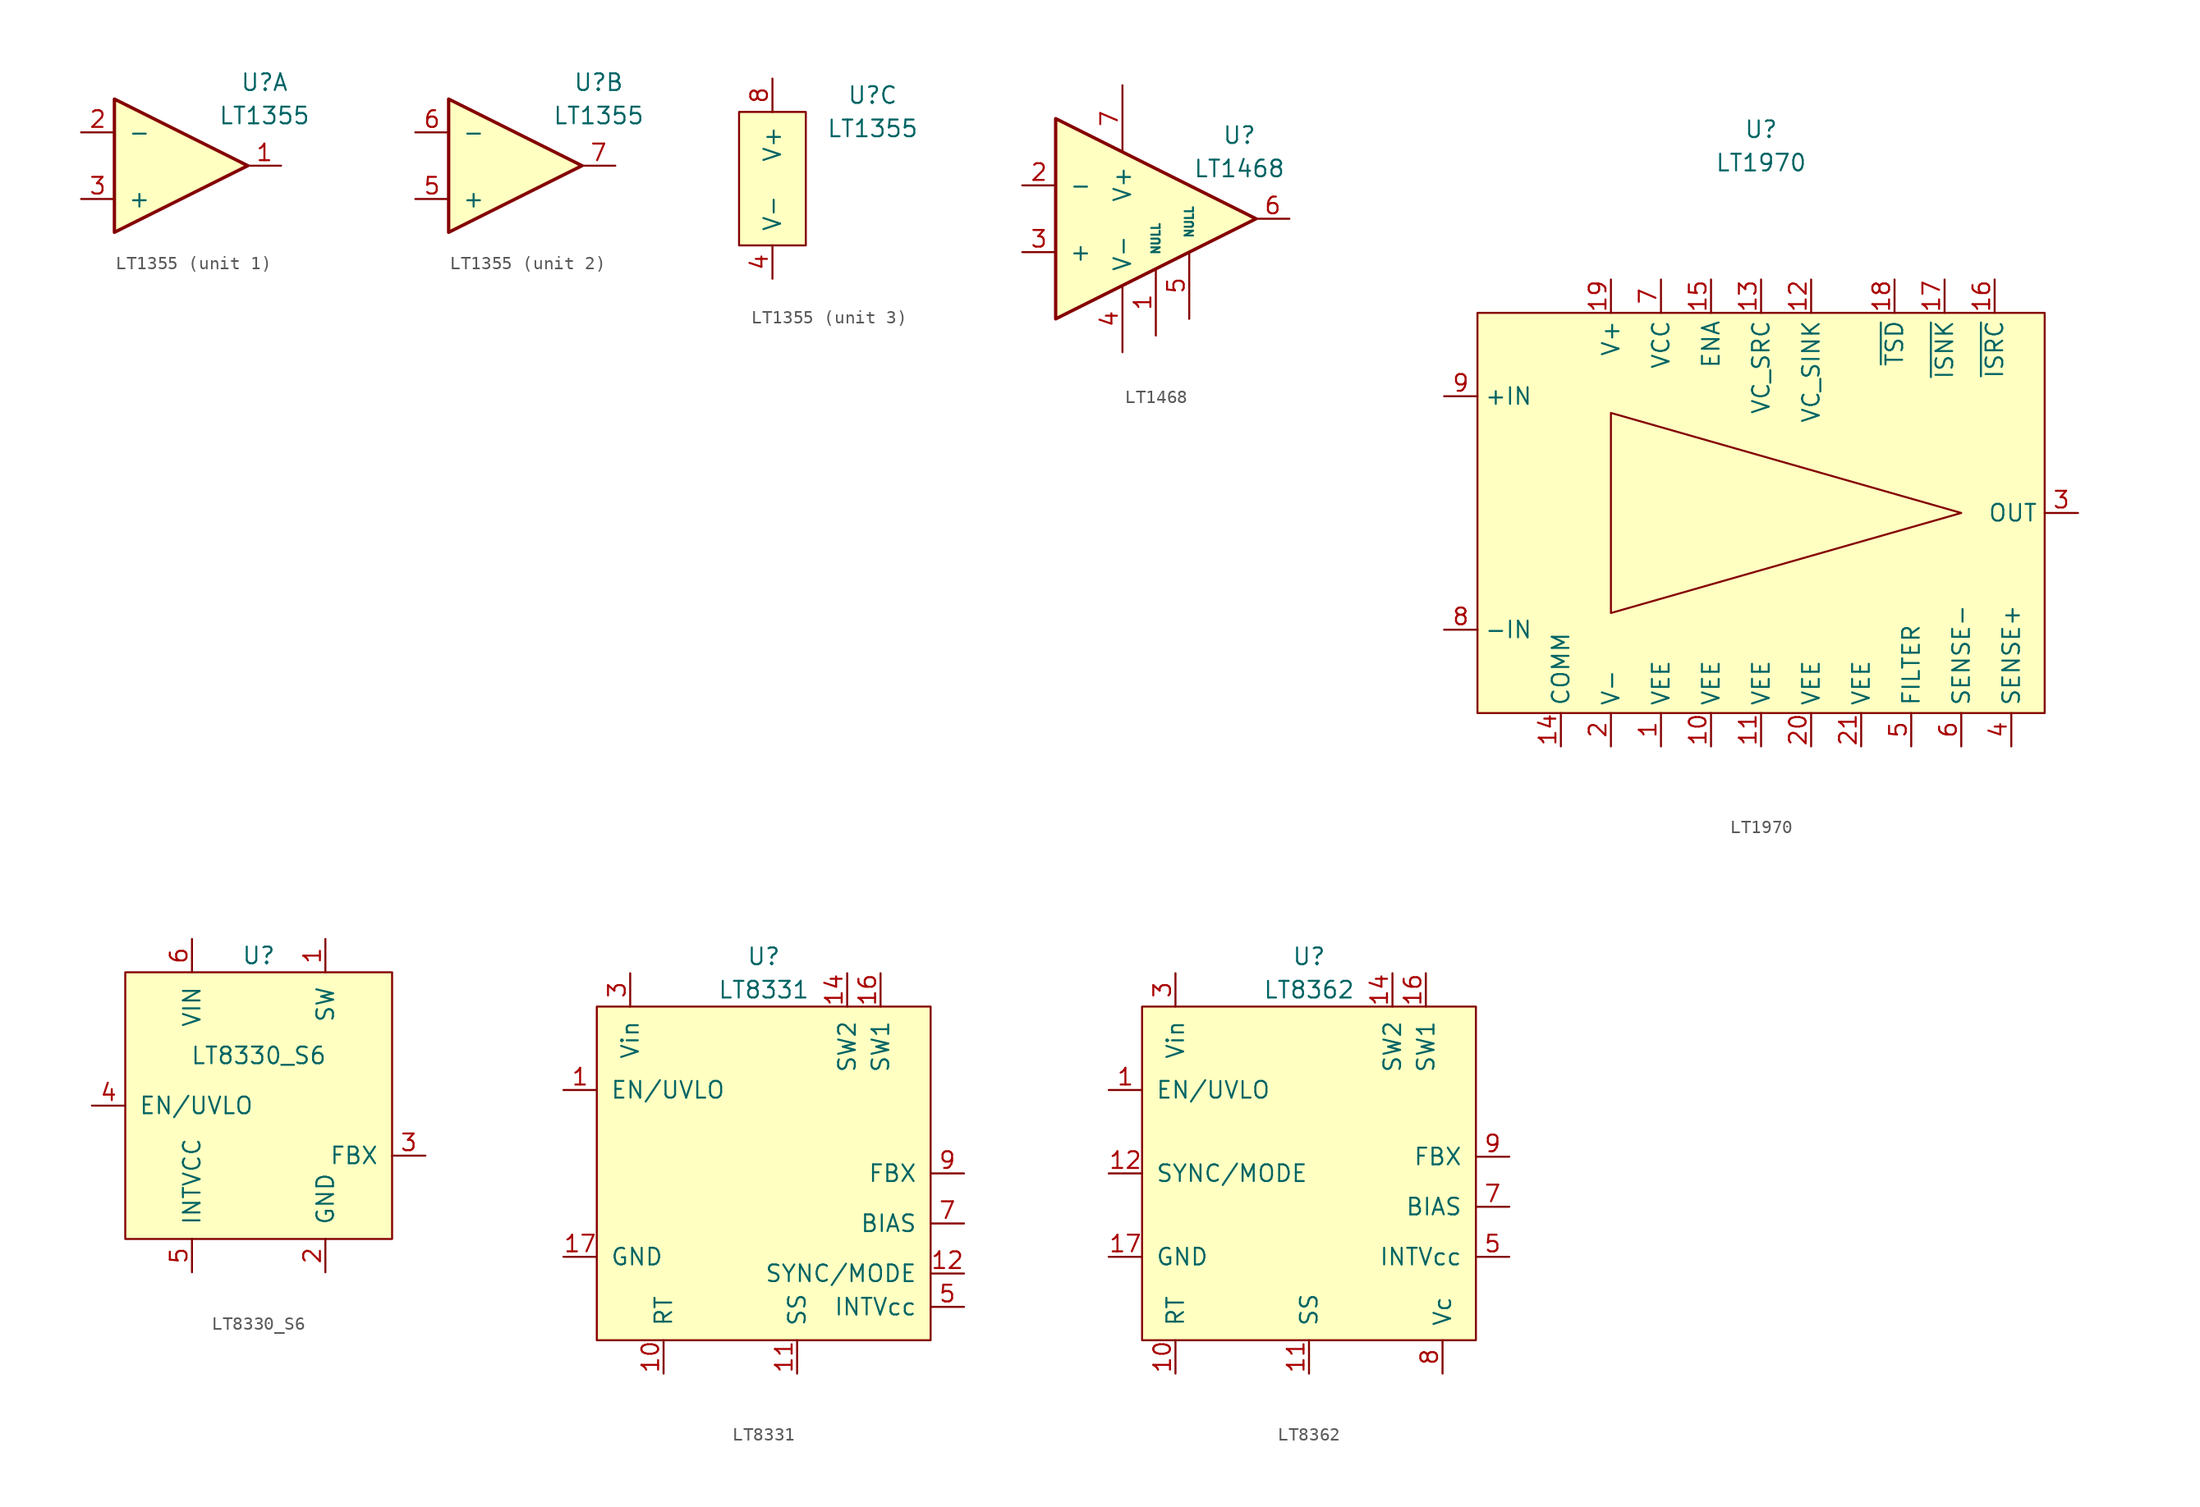
<source format=kicad_sym>
(kicad_symbol_lib
  (version 20211014)
  (generator kicad_symbol_editor)
  (symbol "LT1355"
    (pin_names
      (offset 1.016))
    (property "Reference" "U"
      (at 7.62 6.35 0)
      (effects (font (size 1.27 1.27))))
    (property "Value" "LT1355"
      (at 7.62 3.81 0)
      (effects (font (size 1.27 1.27))))
    (symbol "LT1355_1_1"
      (polyline (pts (xy -3.81 5.08) (xy 6.35 0) (xy -3.81 -5.08) (xy -3.81 5.08)) (stroke (width 0.254) (type default) (color 0 0 0 0)) (fill (type background)))
      (pin output line (at 8.89 0 180) (length 2.54) (name "~" (effects (font (size 1.27 1.27)))) (number "1" (effects (font (size 1.27 1.27)))))
      (pin input line (at -6.35 2.54 0) (length 2.54) (name "-" (effects (font (size 1.27 1.27)))) (number "2" (effects (font (size 1.27 1.27)))))
      (pin input line (at -6.35 -2.54 0) (length 2.54) (name "+" (effects (font (size 1.27 1.27)))) (number "3" (effects (font (size 1.27 1.27))))))
    (symbol "LT1355_2_1"
      (polyline (pts (xy -3.81 5.08) (xy 6.35 0) (xy -3.81 -5.08) (xy -3.81 5.08)) (stroke (width 0.254) (type default) (color 0 0 0 0)) (fill (type background)))
      (pin input line (at -6.35 -2.54 0) (length 2.54) (name "+" (effects (font (size 1.27 1.27)))) (number "5" (effects (font (size 1.27 1.27)))))
      (pin input line (at -6.35 2.54 0) (length 2.54) (name "-" (effects (font (size 1.27 1.27)))) (number "6" (effects (font (size 1.27 1.27)))))
      (pin output line (at 8.89 0 180) (length 2.54) (name "~" (effects (font (size 1.27 1.27)))) (number "7" (effects (font (size 1.27 1.27))))))
    (symbol "LT1355_3_1"
      (rectangle (start -2.54 5.08) (end 2.54 -5.08) (stroke (width 0) (type default) (color 0 0 0 0)) (fill (type background)))
      (pin passive line (at 0 -7.62 90) (length 2.54) (name "V-" (effects (font (size 1.27 1.27)))) (number "4" (effects (font (size 1.27 1.27)))))
      (pin passive line (at 0 7.62 270) (length 2.54) (name "V+" (effects (font (size 1.27 1.27)))) (number "8" (effects (font (size 1.27 1.27)))))))
  (symbol "LT1468"
    (pin_names
      (offset 1.016))
    (property "Reference" "U"
      (at 7.62 6.35 0)
      (effects (font (size 1.27 1.27))))
    (property "Value" "LT1468"
      (at 7.62 3.81 0)
      (effects (font (size 1.27 1.27))))
    (symbol "LT1468_1_1"
      (polyline (pts (xy -6.35 7.62) (xy -6.35 -7.62) (xy 8.89 0) (xy -6.35 7.62)) (stroke (width 0.254) (type default) (color 0 0 0 0)) (fill (type background)))
      (pin input line (at 1.27 -8.89 90) (length 5.08) (name "NULL" (effects (font (size 0.635 0.635)))) (number "1" (effects (font (size 1.27 1.27)))))
      (pin input line (at -8.89 2.54 0) (length 2.54) (name "-" (effects (font (size 1.27 1.27)))) (number "2" (effects (font (size 1.27 1.27)))))
      (pin input line (at -8.89 -2.54 0) (length 2.54) (name "+" (effects (font (size 1.27 1.27)))) (number "3" (effects (font (size 1.27 1.27)))))
      (pin passive line (at -1.27 -10.16 90) (length 5.08) (name "V-" (effects (font (size 1.27 1.27)))) (number "4" (effects (font (size 1.27 1.27)))))
      (pin input line (at 3.81 -7.62 90) (length 5.08) (name "NULL" (effects (font (size 0.635 0.635)))) (number "5" (effects (font (size 1.27 1.27)))))
      (pin output line (at 11.43 0 180) (length 2.54) (name "~" (effects (font (size 1.27 1.27)))) (number "6" (effects (font (size 1.27 1.27)))))
      (pin passive line (at -1.27 10.16 270) (length 5.08) (name "V+" (effects (font (size 1.27 1.27)))) (number "7" (effects (font (size 1.27 1.27)))))
      (pin no_connect non_logic (at 1.27 3.81 270) (length 0) hide (name "NC" (effects (font (size 0.635 0.635)))) (number "8" (effects (font (size 1.27 1.27)))))))
  (symbol "LT1970"
    (property "Reference" "U"
      (at 0 29.21 0)
      (effects (font (size 1.27 1.27))))
    (property "Value" "LT1970"
      (at 0 26.67 0)
      (effects (font (size 1.27 1.27))))
    (symbol "LT1970_0_0"
      (pin passive line (at -7.62 -17.78 90) (length 2.54) (name "VEE" (effects (font (size 1.27 1.27)))) (number "1" (effects (font (size 1.27 1.27)))))
      (pin passive line (at -3.81 -17.78 90) (length 2.54) (name "VEE" (effects (font (size 1.27 1.27)))) (number "10" (effects (font (size 1.27 1.27)))))
      (pin passive line (at 0 -17.78 90) (length 2.54) (name "VEE" (effects (font (size 1.27 1.27)))) (number "11" (effects (font (size 1.27 1.27)))))
      (pin passive line (at 3.81 17.78 270) (length 2.54) (name "VC_SINK" (effects (font (size 1.27 1.27)))) (number "12" (effects (font (size 1.27 1.27)))))
      (pin passive line (at 0 17.78 270) (length 2.54) (name "VC_SRC" (effects (font (size 1.27 1.27)))) (number "13" (effects (font (size 1.27 1.27)))))
      (pin passive line (at -15.24 -17.78 90) (length 2.54) (name "COMM" (effects (font (size 1.27 1.27)))) (number "14" (effects (font (size 1.27 1.27)))))
      (pin input line (at -3.81 17.78 270) (length 2.54) (name "ENA" (effects (font (size 1.27 1.27)))) (number "15" (effects (font (size 1.27 1.27)))))
      (pin output line (at 17.78 17.78 270) (length 2.54) (name "~{ISRC}" (effects (font (size 1.27 1.27)))) (number "16" (effects (font (size 1.27 1.27)))))
      (pin output line (at 13.97 17.78 270) (length 2.54) (name "~{ISNK}" (effects (font (size 1.27 1.27)))) (number "17" (effects (font (size 1.27 1.27)))))
      (pin output line (at 10.16 17.78 270) (length 2.54) (name "~{TSD}" (effects (font (size 1.27 1.27)))) (number "18" (effects (font (size 1.27 1.27)))))
      (pin passive line (at -11.43 17.78 270) (length 2.54) (name "V+" (effects (font (size 1.27 1.27)))) (number "19" (effects (font (size 1.27 1.27)))))
      (pin passive line (at -11.43 -17.78 90) (length 2.54) (name "V-" (effects (font (size 1.27 1.27)))) (number "2" (effects (font (size 1.27 1.27)))))
      (pin passive line (at 3.81 -17.78 90) (length 2.54) (name "VEE" (effects (font (size 1.27 1.27)))) (number "20" (effects (font (size 1.27 1.27)))))
      (pin passive line (at 7.62 -17.78 90) (length 2.54) (name "VEE" (effects (font (size 1.27 1.27)))) (number "21" (effects (font (size 1.27 1.27)))))
      (pin output line (at 24.13 0 180) (length 2.54) (name "OUT" (effects (font (size 1.27 1.27)))) (number "3" (effects (font (size 1.27 1.27)))))
      (pin input line (at 19.05 -17.78 90) (length 2.54) (name "SENSE+" (effects (font (size 1.27 1.27)))) (number "4" (effects (font (size 1.27 1.27)))))
      (pin input line (at 11.43 -17.78 90) (length 2.54) (name "FILTER" (effects (font (size 1.27 1.27)))) (number "5" (effects (font (size 1.27 1.27)))))
      (pin input line (at 15.24 -17.78 90) (length 2.54) (name "SENSE-" (effects (font (size 1.27 1.27)))) (number "6" (effects (font (size 1.27 1.27)))))
      (pin passive line (at -7.62 17.78 270) (length 2.54) (name "VCC" (effects (font (size 1.27 1.27)))) (number "7" (effects (font (size 1.27 1.27)))))
      (pin input line (at -24.13 -8.89 0) (length 2.54) (name "-IN" (effects (font (size 1.27 1.27)))) (number "8" (effects (font (size 1.27 1.27)))))
      (pin input line (at -24.13 8.89 0) (length 2.54) (name "+IN" (effects (font (size 1.27 1.27)))) (number "9" (effects (font (size 1.27 1.27))))))
    (symbol "LT1970_0_1"
      (rectangle (start -21.59 15.24) (end 21.59 -15.24) (stroke (width 0.152) (type default) (color 0 0 0 0)) (fill (type background)))
      (polyline (pts (xy -11.43 7.62) (xy -11.43 -7.62) (xy 15.24 0) (xy -11.43 7.62)) (stroke (width 0.152) (type default) (color 0 0 0 0)) (fill (type none)))))
  (symbol "LT8330_S6"
    (pin_names
      (offset 1.016))
    (property "Reference" "U"
      (at 0 11.43 0)
      (effects (font (size 1.27 1.27))))
    (property "Value" "LT8330_S6"
      (at 0 3.81 0)
      (effects (font (size 1.27 1.27))))
    (symbol "LT8330_S6_0_1"
      (rectangle (start -10.16 10.16) (end 10.16 -10.16) (stroke (width 0) (type default) (color 0 0 0 0)) (fill (type background))))
    (symbol "LT8330_S6_1_1"
      (pin passive line (at 5.08 12.7 270) (length 2.54) (name "SW" (effects (font (size 1.27 1.27)))) (number "1" (effects (font (size 1.27 1.27)))))
      (pin passive line (at 5.08 -12.7 90) (length 2.54) (name "GND" (effects (font (size 1.27 1.27)))) (number "2" (effects (font (size 1.27 1.27)))))
      (pin passive line (at 12.7 -3.81 180) (length 2.54) (name "FBX" (effects (font (size 1.27 1.27)))) (number "3" (effects (font (size 1.27 1.27)))))
      (pin passive line (at -12.7 0 0) (length 2.54) (name "EN/UVLO" (effects (font (size 1.27 1.27)))) (number "4" (effects (font (size 1.27 1.27)))))
      (pin passive line (at -5.08 -12.7 90) (length 2.54) (name "INTVCC" (effects (font (size 1.27 1.27)))) (number "5" (effects (font (size 1.27 1.27)))))
      (pin passive line (at -5.08 12.7 270) (length 2.54) (name "VIN" (effects (font (size 1.27 1.27)))) (number "6" (effects (font (size 1.27 1.27)))))))
  (symbol "LT8331"
    (pin_names
      (offset 1.016))
    (property "Reference" "U"
      (at 0 16.51 0)
      (effects (font (size 1.27 1.27))))
    (property "Value" "LT8331"
      (at 0 13.97 0)
      (effects (font (size 1.27 1.27))))
    (symbol "LT8331_0_1"
      (rectangle (start -12.7 12.7) (end 12.7 -12.7) (stroke (width 0) (type default) (color 0 0 0 0)) (fill (type background))))
    (symbol "LT8331_1_1"
      (pin input line (at -15.24 6.35 0) (length 2.54) (name "EN/UVLO" (effects (font (size 1.27 1.27)))) (number "1" (effects (font (size 1.27 1.27)))))
      (pin input line (at -7.62 -15.24 90) (length 2.54) (name "RT" (effects (font (size 1.27 1.27)))) (number "10" (effects (font (size 1.27 1.27)))))
      (pin input line (at 2.54 -15.24 90) (length 2.54) (name "SS" (effects (font (size 1.27 1.27)))) (number "11" (effects (font (size 1.27 1.27)))))
      (pin input line (at 15.24 -7.62 180) (length 2.54) (name "SYNC/MODE" (effects (font (size 1.27 1.27)))) (number "12" (effects (font (size 1.27 1.27)))))
      (pin passive line (at 6.35 15.24 270) (length 2.54) (name "SW2" (effects (font (size 1.27 1.27)))) (number "14" (effects (font (size 1.27 1.27)))))
      (pin passive line (at 8.89 15.24 270) (length 2.54) (name "SW1" (effects (font (size 1.27 1.27)))) (number "16" (effects (font (size 1.27 1.27)))))
      (pin passive line (at -15.24 -6.35 0) (length 2.54) (name "GND" (effects (font (size 1.27 1.27)))) (number "17" (effects (font (size 1.27 1.27)))))
      (pin passive line (at -10.16 15.24 270) (length 2.54) (name "Vin" (effects (font (size 1.27 1.27)))) (number "3" (effects (font (size 1.27 1.27)))))
      (pin input line (at 15.24 -10.16 180) (length 2.54) (name "INTVcc" (effects (font (size 1.27 1.27)))) (number "5" (effects (font (size 1.27 1.27)))))
      (pin no_connect non_logic (at 12.7 5.08 0) (length 0) hide (name "NC" (effects (font (size 1.27 1.27)))) (number "6" (effects (font (size 1.27 1.27)))))
      (pin input line (at 15.24 -3.81 180) (length 2.54) (name "BIAS" (effects (font (size 1.27 1.27)))) (number "7" (effects (font (size 1.27 1.27)))))
      (pin no_connect non_logic (at -12.7 5.08 180) (length 0) hide (name "NC" (effects (font (size 1.27 1.27)))) (number "8" (effects (font (size 1.27 1.27)))))
      (pin input line (at 15.24 0 180) (length 2.54) (name "FBX" (effects (font (size 1.27 1.27)))) (number "9" (effects (font (size 1.27 1.27)))))))
  (symbol "LT8362"
    (pin_names
      (offset 1.016))
    (property "Reference" "U"
      (at 0 16.51 0)
      (effects (font (size 1.27 1.27))))
    (property "Value" "LT8362"
      (at 0 13.97 0)
      (effects (font (size 1.27 1.27))))
    (symbol "LT8362_1_1"
      (rectangle (start -12.7 12.7) (end 12.7 -12.7) (stroke (width 0) (type default) (color 0 0 0 0)) (fill (type background)))
      (pin input line (at -15.24 6.35 0) (length 2.54) (name "EN/UVLO" (effects (font (size 1.27 1.27)))) (number "1" (effects (font (size 1.27 1.27)))))
      (pin input line (at -10.16 -15.24 90) (length 2.54) (name "RT" (effects (font (size 1.27 1.27)))) (number "10" (effects (font (size 1.27 1.27)))))
      (pin input line (at 0 -15.24 90) (length 2.54) (name "SS" (effects (font (size 1.27 1.27)))) (number "11" (effects (font (size 1.27 1.27)))))
      (pin input line (at -15.24 0 0) (length 2.54) (name "SYNC/MODE" (effects (font (size 1.27 1.27)))) (number "12" (effects (font (size 1.27 1.27)))))
      (pin passive line (at 6.35 15.24 270) (length 2.54) (name "SW2" (effects (font (size 1.27 1.27)))) (number "14" (effects (font (size 1.27 1.27)))))
      (pin passive line (at 8.89 15.24 270) (length 2.54) (name "SW1" (effects (font (size 1.27 1.27)))) (number "16" (effects (font (size 1.27 1.27)))))
      (pin passive line (at -15.24 -6.35 0) (length 2.54) (name "GND" (effects (font (size 1.27 1.27)))) (number "17" (effects (font (size 1.27 1.27)))))
      (pin passive line (at -10.16 15.24 270) (length 2.54) (name "Vin" (effects (font (size 1.27 1.27)))) (number "3" (effects (font (size 1.27 1.27)))))
      (pin input line (at 15.24 -6.35 180) (length 2.54) (name "INTVcc" (effects (font (size 1.27 1.27)))) (number "5" (effects (font (size 1.27 1.27)))))
      (pin no_connect non_logic (at 12.7 5.08 0) (length 0) hide (name "NC" (effects (font (size 1.27 1.27)))) (number "6" (effects (font (size 1.27 1.27)))))
      (pin input line (at 15.24 -2.54 180) (length 2.54) (name "BIAS" (effects (font (size 1.27 1.27)))) (number "7" (effects (font (size 1.27 1.27)))))
      (pin no_connect non_logic (at -12.7 5.08 180) (length 0) hide (name "NC" (effects (font (size 1.27 1.27)))) (number "8" (effects (font (size 1.27 1.27)))))
      (pin passive line (at 10.16 -15.24 90) (length 2.54) (name "Vc" (effects (font (size 1.27 1.27)))) (number "8" (effects (font (size 1.27 1.27)))))
      (pin input line (at 15.24 1.27 180) (length 2.54) (name "FBX" (effects (font (size 1.27 1.27)))) (number "9" (effects (font (size 1.27 1.27))))))))
</source>
